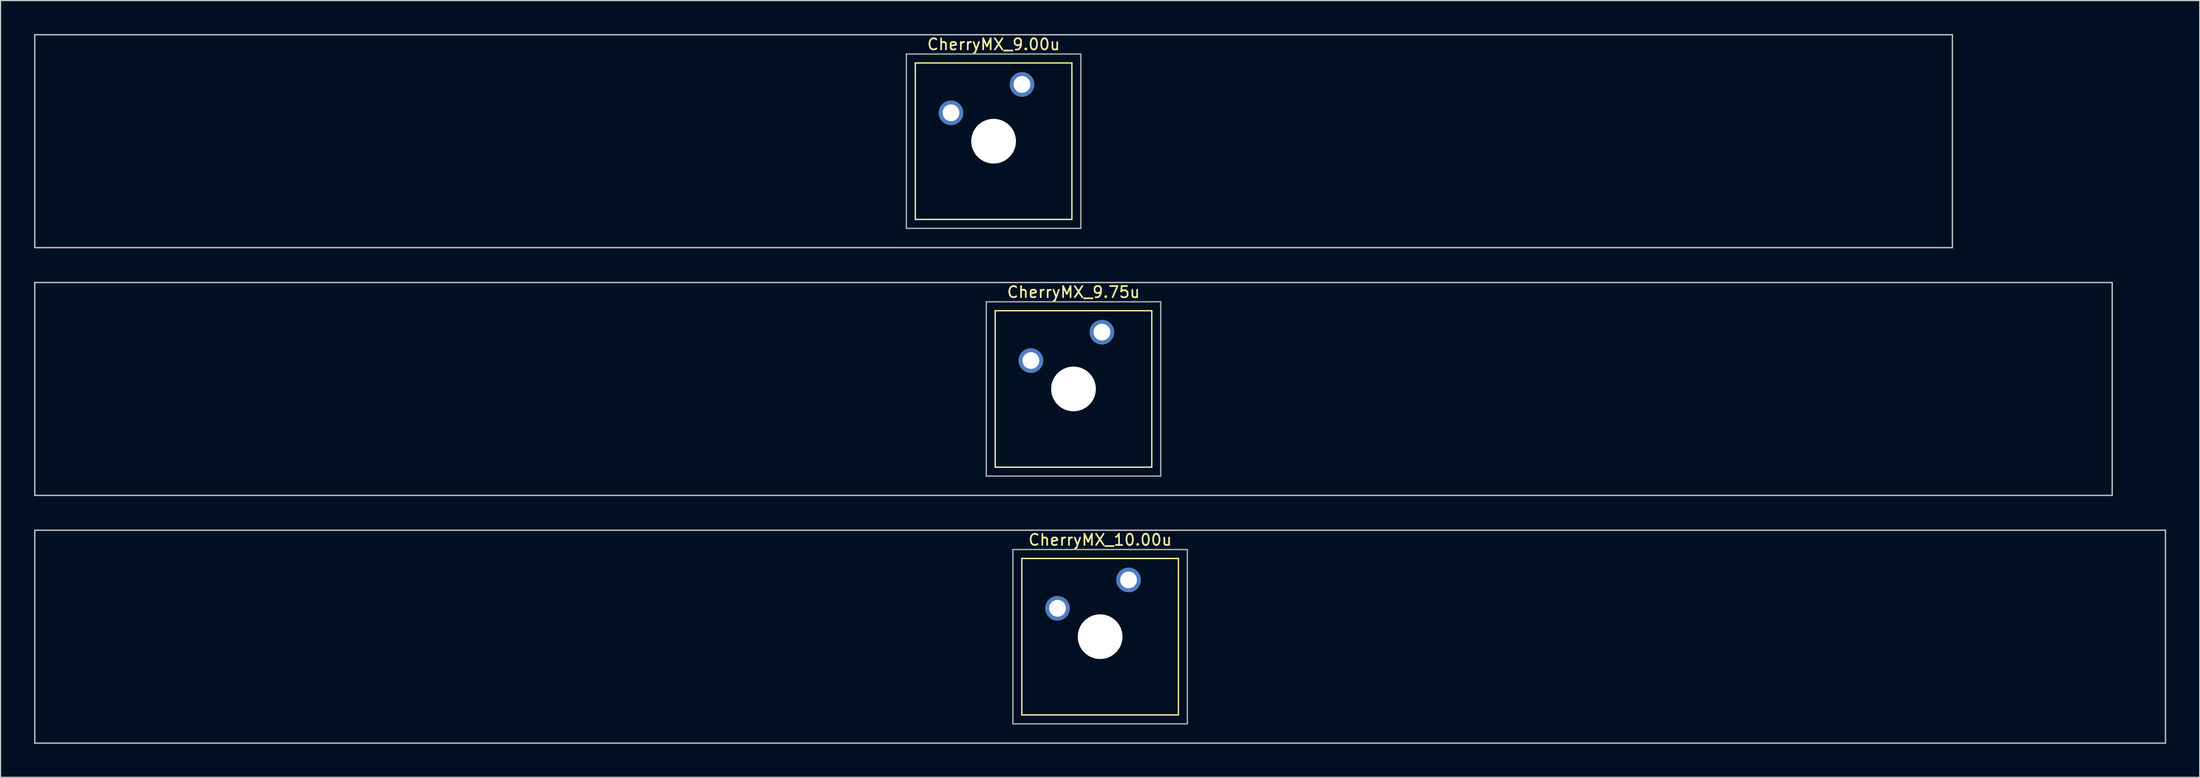
<source format=kicad_pcb>
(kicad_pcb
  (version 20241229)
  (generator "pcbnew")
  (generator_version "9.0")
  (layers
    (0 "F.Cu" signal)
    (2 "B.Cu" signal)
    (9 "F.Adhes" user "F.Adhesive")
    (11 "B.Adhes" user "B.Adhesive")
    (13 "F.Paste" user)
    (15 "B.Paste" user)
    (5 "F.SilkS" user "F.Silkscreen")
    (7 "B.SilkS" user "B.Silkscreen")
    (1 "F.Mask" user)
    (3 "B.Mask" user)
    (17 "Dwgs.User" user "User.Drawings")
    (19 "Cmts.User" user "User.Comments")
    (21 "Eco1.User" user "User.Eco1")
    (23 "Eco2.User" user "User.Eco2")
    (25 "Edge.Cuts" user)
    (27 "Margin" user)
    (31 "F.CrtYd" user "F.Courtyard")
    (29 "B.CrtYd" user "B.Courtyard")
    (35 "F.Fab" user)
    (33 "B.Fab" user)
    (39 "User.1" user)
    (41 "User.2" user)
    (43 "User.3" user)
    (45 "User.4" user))
  (footprint "CherryMX_9.00u"
    (layer "F.Cu")
    (at 85.785 9.585)
    (property "Reference" "CherryMX_9.00u" (at 0 -8.662 0) (layer "F.SilkS") (effects (font (size 1 1) (thickness 0.15))))
    (attr through_hole)
    (fp_line (start -7 -7) (end -7 7) (stroke (width 0.12) (type solid)) (layer "F.SilkS"))
    (fp_line (start -7 -7) (end 7 -7) (stroke (width 0.12) (type solid)) (layer "F.SilkS"))
    (fp_line (start 7 -7) (end 7 7) (stroke (width 0.12) (type solid)) (layer "F.SilkS"))
    (fp_line (start 7 7) (end -7 7) (stroke (width 0.12) (type solid)) (layer "F.SilkS"))
    (fp_line (start -85.725 -9.525) (end 85.725 -9.525) (stroke (width 0.12) (type solid)) (layer "Dwgs.User"))
    (fp_line (start -85.725 9.525) (end -85.725 -9.525) (stroke (width 0.12) (type solid)) (layer "Dwgs.User"))
    (fp_line (start 85.725 -9.525) (end 85.725 9.525) (stroke (width 0.12) (type solid)) (layer "Dwgs.User"))
    (fp_line (start 85.725 9.525) (end -85.725 9.525) (stroke (width 0.12) (type solid)) (layer "Dwgs.User"))
    (fp_line (start -7.8 -7.8) (end -7.8 7.8) (stroke (width 0.12) (type solid)) (layer "F.Fab"))
    (fp_line (start -7.8 -7.8) (end 7.8 -7.8) (stroke (width 0.12) (type solid)) (layer "F.Fab"))
    (fp_line (start -7.8 7.8) (end 7.8 7.8) (stroke (width 0.12) (type solid)) (layer "F.Fab"))
    (fp_line (start 7.8 -7.8) (end 7.8 7.8) (stroke (width 0.12) (type solid)) (layer "F.Fab"))
    (pad "" np_thru_hole circle (at 0 0) (size 4 4) (drill 4) (layers "*.Cu" "*.Mask"))
    (pad "1" thru_hole circle (at -3.81 -2.54) (size 2.2 2.2) (drill 1.5) (layers "*.Cu" "*.Mask"))
    (pad "2" thru_hole circle (at 2.54 -5.08) (size 2.2 2.2) (drill 1.5) (layers "*.Cu" "*.Mask")))
  (footprint "CherryMX_9.75u"
    (layer "F.Cu")
    (at 92.929 31.755)
    (property "Reference" "CherryMX_9.75u" (at 0 -8.662 0) (layer "F.SilkS") (effects (font (size 1 1) (thickness 0.15))))
    (attr through_hole)
    (fp_line (start -7 -7) (end -7 7) (stroke (width 0.12) (type solid)) (layer "F.SilkS"))
    (fp_line (start -7 -7) (end 7 -7) (stroke (width 0.12) (type solid)) (layer "F.SilkS"))
    (fp_line (start 7 -7) (end 7 7) (stroke (width 0.12) (type solid)) (layer "F.SilkS"))
    (fp_line (start 7 7) (end -7 7) (stroke (width 0.12) (type solid)) (layer "F.SilkS"))
    (fp_line (start -92.869 -9.525) (end 92.869 -9.525) (stroke (width 0.12) (type solid)) (layer "Dwgs.User"))
    (fp_line (start -92.869 9.525) (end -92.869 -9.525) (stroke (width 0.12) (type solid)) (layer "Dwgs.User"))
    (fp_line (start 92.869 -9.525) (end 92.869 9.525) (stroke (width 0.12) (type solid)) (layer "Dwgs.User"))
    (fp_line (start 92.869 9.525) (end -92.869 9.525) (stroke (width 0.12) (type solid)) (layer "Dwgs.User"))
    (fp_line (start -7.8 -7.8) (end -7.8 7.8) (stroke (width 0.12) (type solid)) (layer "F.Fab"))
    (fp_line (start -7.8 -7.8) (end 7.8 -7.8) (stroke (width 0.12) (type solid)) (layer "F.Fab"))
    (fp_line (start -7.8 7.8) (end 7.8 7.8) (stroke (width 0.12) (type solid)) (layer "F.Fab"))
    (fp_line (start 7.8 -7.8) (end 7.8 7.8) (stroke (width 0.12) (type solid)) (layer "F.Fab"))
    (pad "" np_thru_hole circle (at 0 0) (size 4 4) (drill 4) (layers "*.Cu" "*.Mask"))
    (pad "1" thru_hole circle (at -3.81 -2.54) (size 2.2 2.2) (drill 1.5) (layers "*.Cu" "*.Mask"))
    (pad "2" thru_hole circle (at 2.54 -5.08) (size 2.2 2.2) (drill 1.5) (layers "*.Cu" "*.Mask")))
  (footprint "CherryMX_10.00u"
    (layer "F.Cu")
    (at 95.31 53.925)
    (property "Reference" "CherryMX_10.00u" (at 0 -8.662 0) (layer "F.SilkS") (effects (font (size 1 1) (thickness 0.15))))
    (attr through_hole)
    (fp_line (start -7 -7) (end -7 7) (stroke (width 0.12) (type solid)) (layer "F.SilkS"))
    (fp_line (start -7 -7) (end 7 -7) (stroke (width 0.12) (type solid)) (layer "F.SilkS"))
    (fp_line (start 7 -7) (end 7 7) (stroke (width 0.12) (type solid)) (layer "F.SilkS"))
    (fp_line (start 7 7) (end -7 7) (stroke (width 0.12) (type solid)) (layer "F.SilkS"))
    (fp_line (start -95.25 -9.525) (end 95.25 -9.525) (stroke (width 0.12) (type solid)) (layer "Dwgs.User"))
    (fp_line (start -95.25 9.525) (end -95.25 -9.525) (stroke (width 0.12) (type solid)) (layer "Dwgs.User"))
    (fp_line (start 95.25 -9.525) (end 95.25 9.525) (stroke (width 0.12) (type solid)) (layer "Dwgs.User"))
    (fp_line (start 95.25 9.525) (end -95.25 9.525) (stroke (width 0.12) (type solid)) (layer "Dwgs.User"))
    (fp_line (start -7.8 -7.8) (end -7.8 7.8) (stroke (width 0.12) (type solid)) (layer "F.Fab"))
    (fp_line (start -7.8 -7.8) (end 7.8 -7.8) (stroke (width 0.12) (type solid)) (layer "F.Fab"))
    (fp_line (start -7.8 7.8) (end 7.8 7.8) (stroke (width 0.12) (type solid)) (layer "F.Fab"))
    (fp_line (start 7.8 -7.8) (end 7.8 7.8) (stroke (width 0.12) (type solid)) (layer "F.Fab"))
    (pad "" np_thru_hole circle (at 0 0) (size 4 4) (drill 4) (layers "*.Cu" "*.Mask"))
    (pad "1" thru_hole circle (at -3.81 -2.54) (size 2.2 2.2) (drill 1.5) (layers "*.Cu" "*.Mask"))
    (pad "2" thru_hole circle (at 2.54 -5.08) (size 2.2 2.2) (drill 1.5) (layers "*.Cu" "*.Mask")))
  (gr_rect
    (start -3 -3)
    (end 193.62 66.51)
    (stroke (width 0.1) (type default))
    (fill no)
    (layer "Edge.Cuts")))
</source>
